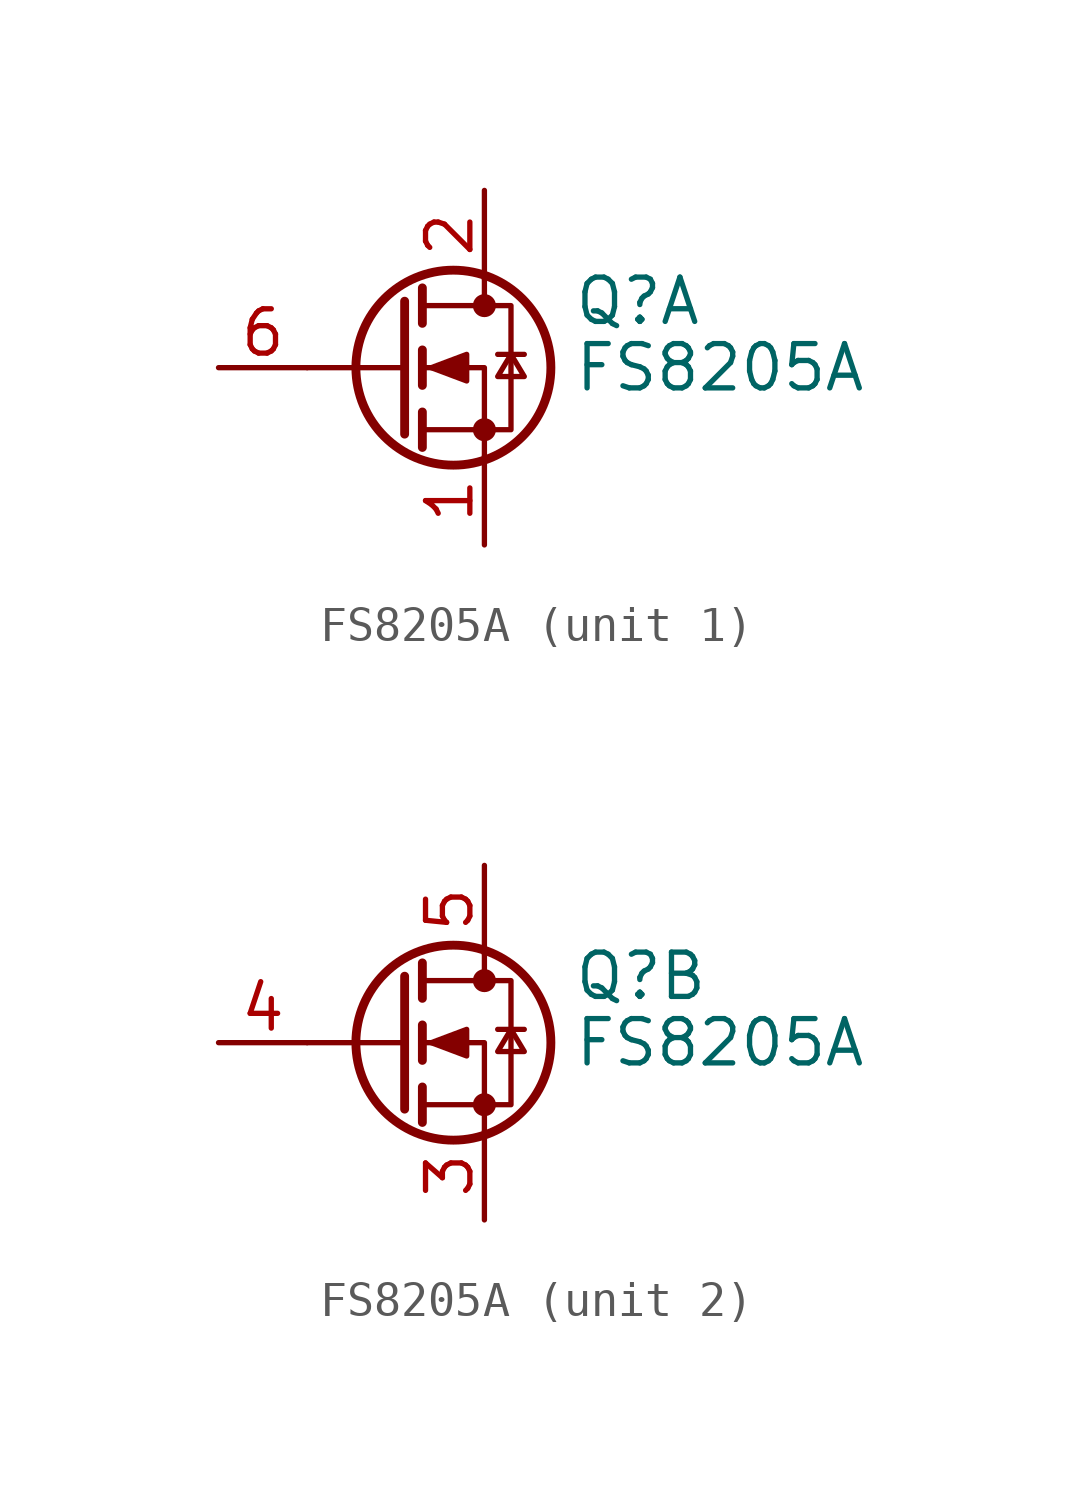
<source format=kicad_sym>
(kicad_symbol_lib
  (version 20211014)
  (generator https://github.com/uPesy/easyeda2kicad.py)
  (symbol "FS8205A"
    (pin_names
      (offset 0)
      (hide yes))
    (property "Reference" "Q"
      (at 5.08 1.905 0)
      (effects (font (size 1.27 1.27)) (justify left)))
    (property "Value" "FS8205A"
      (at 5.08 0 0)
      (effects (font (size 1.27 1.27)) (justify left)))
    (symbol "FS8205A_0_1"
      (polyline (pts (xy 0.254 1.905) (xy 0.254 -1.905)) (stroke (width 0.254) (type default)) (fill (type none)))
      (polyline (pts (xy 0.254 0) (xy -2.54 0)) (stroke (width 0) (type default)) (fill (type none)))
      (polyline (pts (xy 0.762 2.286) (xy 0.762 1.27)) (stroke (width 0.254) (type default)) (fill (type none)))
      (polyline (pts (xy 0.762 0.508) (xy 0.762 -0.508)) (stroke (width 0.254) (type default)) (fill (type none)))
      (polyline (pts (xy 0.762 -1.27) (xy 0.762 -2.286)) (stroke (width 0.254) (type default)) (fill (type none)))
      (polyline (pts (xy 0.762 -1.778) (xy 3.302 -1.778) (xy 3.302 1.778) (xy 0.762 1.778)) (stroke (width 0) (type default)) (fill (type none)))
      (polyline (pts (xy 1.016 0) (xy 2.032 0.381) (xy 2.032 -0.381) (xy 1.016 0)) (stroke (width 0) (type default)) (fill (type outline)))
      (circle (center 1.651 0) (radius 2.794) (stroke (width 0.254) (type default)) (fill (type none)))
      (polyline (pts (xy 2.54 2.54) (xy 2.54 1.778)) (stroke (width 0) (type default)) (fill (type none)))
      (circle (center 2.54 1.778) (radius 0.254) (stroke (width 0) (type default)) (fill (type outline)))
      (circle (center 2.54 -1.778) (radius 0.254) (stroke (width 0) (type default)) (fill (type outline)))
      (polyline (pts (xy 2.54 -2.54) (xy 2.54 0) (xy 0.762 0)) (stroke (width 0) (type default)) (fill (type none)))
      (polyline (pts (xy 2.921 0.381) (xy 3.683 0.381)) (stroke (width 0) (type default)) (fill (type none)))
      (polyline (pts (xy 3.302 0.381) (xy 2.921 -0.254) (xy 3.683 -0.254) (xy 3.302 0.381)) (stroke (width 0) (type default)) (fill (type none))))
    (symbol "FS8205A_1_1"
      (pin input line (at -5.08 0 0) (length 2.54) (name "G" (effects (font (size 1.27 1.27)))) (number "6" (effects (font (size 1.27 1.27)))))
      (pin passive line (at 2.54 5.08 270) (length 2.54) (name "D" (effects (font (size 1.27 1.27)))) (number "2" (effects (font (size 1.27 1.27)))))
      (pin passive line (at 2.54 -5.08 90) (length 2.54) (name "S" (effects (font (size 1.27 1.27)))) (number "1" (effects (font (size 1.27 1.27))))))
    (symbol "FS8205A_2_1"
      (pin input line (at -5.08 0 0) (length 2.54) (name "G" (effects (font (size 1.27 1.27)))) (number "4" (effects (font (size 1.27 1.27)))))
      (pin passive line (at 2.54 5.08 270) (length 2.54) (name "D" (effects (font (size 1.27 1.27)))) (number "5" (effects (font (size 1.27 1.27)))))
      (pin passive line (at 2.54 -5.08 90) (length 2.54) (name "S" (effects (font (size 1.27 1.27)))) (number "3" (effects (font (size 1.27 1.27))))))))
</source>
